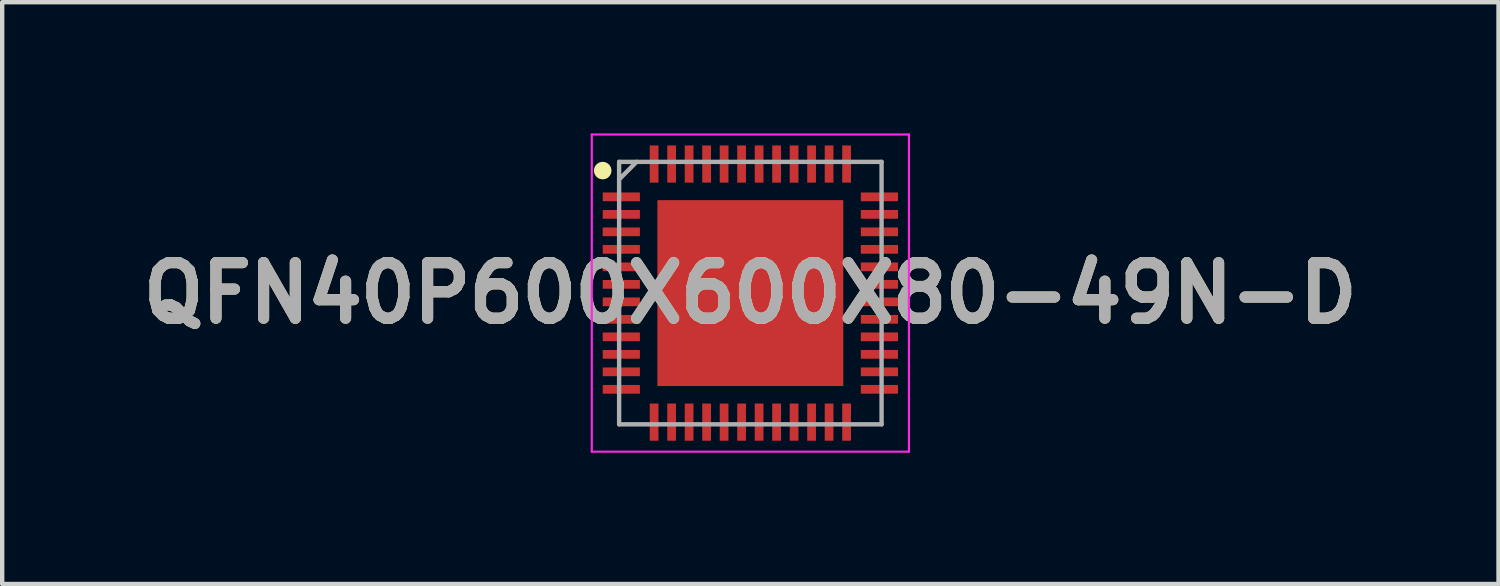
<source format=kicad_pcb>
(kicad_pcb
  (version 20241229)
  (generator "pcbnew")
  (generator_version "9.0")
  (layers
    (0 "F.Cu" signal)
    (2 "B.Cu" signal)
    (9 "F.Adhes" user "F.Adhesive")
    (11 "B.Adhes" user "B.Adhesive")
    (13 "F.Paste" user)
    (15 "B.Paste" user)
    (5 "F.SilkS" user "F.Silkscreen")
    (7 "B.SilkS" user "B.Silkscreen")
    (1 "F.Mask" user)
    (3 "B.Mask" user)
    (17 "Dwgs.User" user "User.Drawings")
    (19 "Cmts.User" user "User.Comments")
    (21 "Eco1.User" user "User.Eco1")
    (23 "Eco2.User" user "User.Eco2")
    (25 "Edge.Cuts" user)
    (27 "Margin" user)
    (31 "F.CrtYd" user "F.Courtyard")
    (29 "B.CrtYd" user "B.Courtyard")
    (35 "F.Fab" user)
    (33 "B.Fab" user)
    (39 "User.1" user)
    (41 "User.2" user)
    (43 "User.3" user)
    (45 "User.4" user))
  (footprint "QFN40P600X600X80-49N-D"
    (layer "F.Cu")
    (at 14.103 3.65)
    (property "Reference" "QFN40P600X600X80-49N-D" (at 0 0 0) (layer "F.SilkS") (effects (font (size 1.27 1.27) (thickness 0.254))))
    (attr smd)
    (fp_circle (center -3.375 -2.8) (end -3.375 -2.7) (stroke (width 0.2) (type solid)) (fill no) (layer "F.SilkS"))
    (fp_line (start -3.625 -3.625) (end 3.625 -3.625) (stroke (width 0.05) (type solid)) (layer "F.CrtYd"))
    (fp_line (start -3.625 3.625) (end -3.625 -3.625) (stroke (width 0.05) (type solid)) (layer "F.CrtYd"))
    (fp_line (start 3.625 -3.625) (end 3.625 3.625) (stroke (width 0.05) (type solid)) (layer "F.CrtYd"))
    (fp_line (start 3.625 3.625) (end -3.625 3.625) (stroke (width 0.05) (type solid)) (layer "F.CrtYd"))
    (fp_line (start -3 -3) (end 3 -3) (stroke (width 0.1) (type solid)) (layer "F.Fab"))
    (fp_line (start -3 -2.6) (end -2.6 -3) (stroke (width 0.1) (type solid)) (layer "F.Fab"))
    (fp_line (start -3 3) (end -3 -3) (stroke (width 0.1) (type solid)) (layer "F.Fab"))
    (fp_line (start 3 -3) (end 3 3) (stroke (width 0.1) (type solid)) (layer "F.Fab"))
    (fp_line (start 3 3) (end -3 3) (stroke (width 0.1) (type solid)) (layer "F.Fab"))
    (fp_text user "${REFERENCE}" (at 0 0 0) (layer "F.Fab") (effects (font (size 1.27 1.27) (thickness 0.254))))
    (pad "1" smd rect (at -2.95 -2.2 90) (size 0.2 0.85) (layers "F.Cu" "F.Mask" "F.Paste"))
    (pad "2" smd rect (at -2.95 -1.8 90) (size 0.2 0.85) (layers "F.Cu" "F.Mask" "F.Paste"))
    (pad "3" smd rect (at -2.95 -1.4 90) (size 0.2 0.85) (layers "F.Cu" "F.Mask" "F.Paste"))
    (pad "4" smd rect (at -2.95 -1 90) (size 0.2 0.85) (layers "F.Cu" "F.Mask" "F.Paste"))
    (pad "5" smd rect (at -2.95 -0.6 90) (size 0.2 0.85) (layers "F.Cu" "F.Mask" "F.Paste"))
    (pad "6" smd rect (at -2.95 -0.2 90) (size 0.2 0.85) (layers "F.Cu" "F.Mask" "F.Paste"))
    (pad "7" smd rect (at -2.95 0.2 90) (size 0.2 0.85) (layers "F.Cu" "F.Mask" "F.Paste"))
    (pad "8" smd rect (at -2.95 0.6 90) (size 0.2 0.85) (layers "F.Cu" "F.Mask" "F.Paste"))
    (pad "9" smd rect (at -2.95 1 90) (size 0.2 0.85) (layers "F.Cu" "F.Mask" "F.Paste"))
    (pad "10" smd rect (at -2.95 1.4 90) (size 0.2 0.85) (layers "F.Cu" "F.Mask" "F.Paste"))
    (pad "11" smd rect (at -2.95 1.8 90) (size 0.2 0.85) (layers "F.Cu" "F.Mask" "F.Paste"))
    (pad "12" smd rect (at -2.95 2.2 90) (size 0.2 0.85) (layers "F.Cu" "F.Mask" "F.Paste"))
    (pad "13" smd rect (at -2.2 2.95) (size 0.2 0.85) (layers "F.Cu" "F.Mask" "F.Paste"))
    (pad "14" smd rect (at -1.8 2.95) (size 0.2 0.85) (layers "F.Cu" "F.Mask" "F.Paste"))
    (pad "15" smd rect (at -1.4 2.95) (size 0.2 0.85) (layers "F.Cu" "F.Mask" "F.Paste"))
    (pad "16" smd rect (at -1 2.95) (size 0.2 0.85) (layers "F.Cu" "F.Mask" "F.Paste"))
    (pad "17" smd rect (at -0.6 2.95) (size 0.2 0.85) (layers "F.Cu" "F.Mask" "F.Paste"))
    (pad "18" smd rect (at -0.2 2.95) (size 0.2 0.85) (layers "F.Cu" "F.Mask" "F.Paste"))
    (pad "19" smd rect (at 0.2 2.95) (size 0.2 0.85) (layers "F.Cu" "F.Mask" "F.Paste"))
    (pad "20" smd rect (at 0.6 2.95) (size 0.2 0.85) (layers "F.Cu" "F.Mask" "F.Paste"))
    (pad "21" smd rect (at 1 2.95) (size 0.2 0.85) (layers "F.Cu" "F.Mask" "F.Paste"))
    (pad "22" smd rect (at 1.4 2.95) (size 0.2 0.85) (layers "F.Cu" "F.Mask" "F.Paste"))
    (pad "23" smd rect (at 1.8 2.95) (size 0.2 0.85) (layers "F.Cu" "F.Mask" "F.Paste"))
    (pad "24" smd rect (at 2.2 2.95) (size 0.2 0.85) (layers "F.Cu" "F.Mask" "F.Paste"))
    (pad "25" smd rect (at 2.95 2.2 90) (size 0.2 0.85) (layers "F.Cu" "F.Mask" "F.Paste"))
    (pad "26" smd rect (at 2.95 1.8 90) (size 0.2 0.85) (layers "F.Cu" "F.Mask" "F.Paste"))
    (pad "27" smd rect (at 2.95 1.4 90) (size 0.2 0.85) (layers "F.Cu" "F.Mask" "F.Paste"))
    (pad "28" smd rect (at 2.95 1 90) (size 0.2 0.85) (layers "F.Cu" "F.Mask" "F.Paste"))
    (pad "29" smd rect (at 2.95 0.6 90) (size 0.2 0.85) (layers "F.Cu" "F.Mask" "F.Paste"))
    (pad "30" smd rect (at 2.95 0.2 90) (size 0.2 0.85) (layers "F.Cu" "F.Mask" "F.Paste"))
    (pad "31" smd rect (at 2.95 -0.2 90) (size 0.2 0.85) (layers "F.Cu" "F.Mask" "F.Paste"))
    (pad "32" smd rect (at 2.95 -0.6 90) (size 0.2 0.85) (layers "F.Cu" "F.Mask" "F.Paste"))
    (pad "33" smd rect (at 2.95 -1 90) (size 0.2 0.85) (layers "F.Cu" "F.Mask" "F.Paste"))
    (pad "34" smd rect (at 2.95 -1.4 90) (size 0.2 0.85) (layers "F.Cu" "F.Mask" "F.Paste"))
    (pad "35" smd rect (at 2.95 -1.8 90) (size 0.2 0.85) (layers "F.Cu" "F.Mask" "F.Paste"))
    (pad "36" smd rect (at 2.95 -2.2 90) (size 0.2 0.85) (layers "F.Cu" "F.Mask" "F.Paste"))
    (pad "37" smd rect (at 2.2 -2.95) (size 0.2 0.85) (layers "F.Cu" "F.Mask" "F.Paste"))
    (pad "38" smd rect (at 1.8 -2.95) (size 0.2 0.85) (layers "F.Cu" "F.Mask" "F.Paste"))
    (pad "39" smd rect (at 1.4 -2.95) (size 0.2 0.85) (layers "F.Cu" "F.Mask" "F.Paste"))
    (pad "40" smd rect (at 1 -2.95) (size 0.2 0.85) (layers "F.Cu" "F.Mask" "F.Paste"))
    (pad "41" smd rect (at 0.6 -2.95) (size 0.2 0.85) (layers "F.Cu" "F.Mask" "F.Paste"))
    (pad "42" smd rect (at 0.2 -2.95) (size 0.2 0.85) (layers "F.Cu" "F.Mask" "F.Paste"))
    (pad "43" smd rect (at -0.2 -2.95) (size 0.2 0.85) (layers "F.Cu" "F.Mask" "F.Paste"))
    (pad "44" smd rect (at -0.6 -2.95) (size 0.2 0.85) (layers "F.Cu" "F.Mask" "F.Paste"))
    (pad "45" smd rect (at -1 -2.95) (size 0.2 0.85) (layers "F.Cu" "F.Mask" "F.Paste"))
    (pad "46" smd rect (at -1.4 -2.95) (size 0.2 0.85) (layers "F.Cu" "F.Mask" "F.Paste"))
    (pad "47" smd rect (at -1.8 -2.95) (size 0.2 0.85) (layers "F.Cu" "F.Mask" "F.Paste"))
    (pad "48" smd rect (at -2.2 -2.95) (size 0.2 0.85) (layers "F.Cu" "F.Mask" "F.Paste"))
    (pad "49" smd rect (at 0 0) (size 4.25 4.25) (layers "F.Cu" "F.Mask" "F.Paste")))
  (gr_rect
    (start -3 -3)
    (end 31.206 10.3)
    (stroke (width 0.1) (type default))
    (fill no)
    (layer "Edge.Cuts")))
</source>
